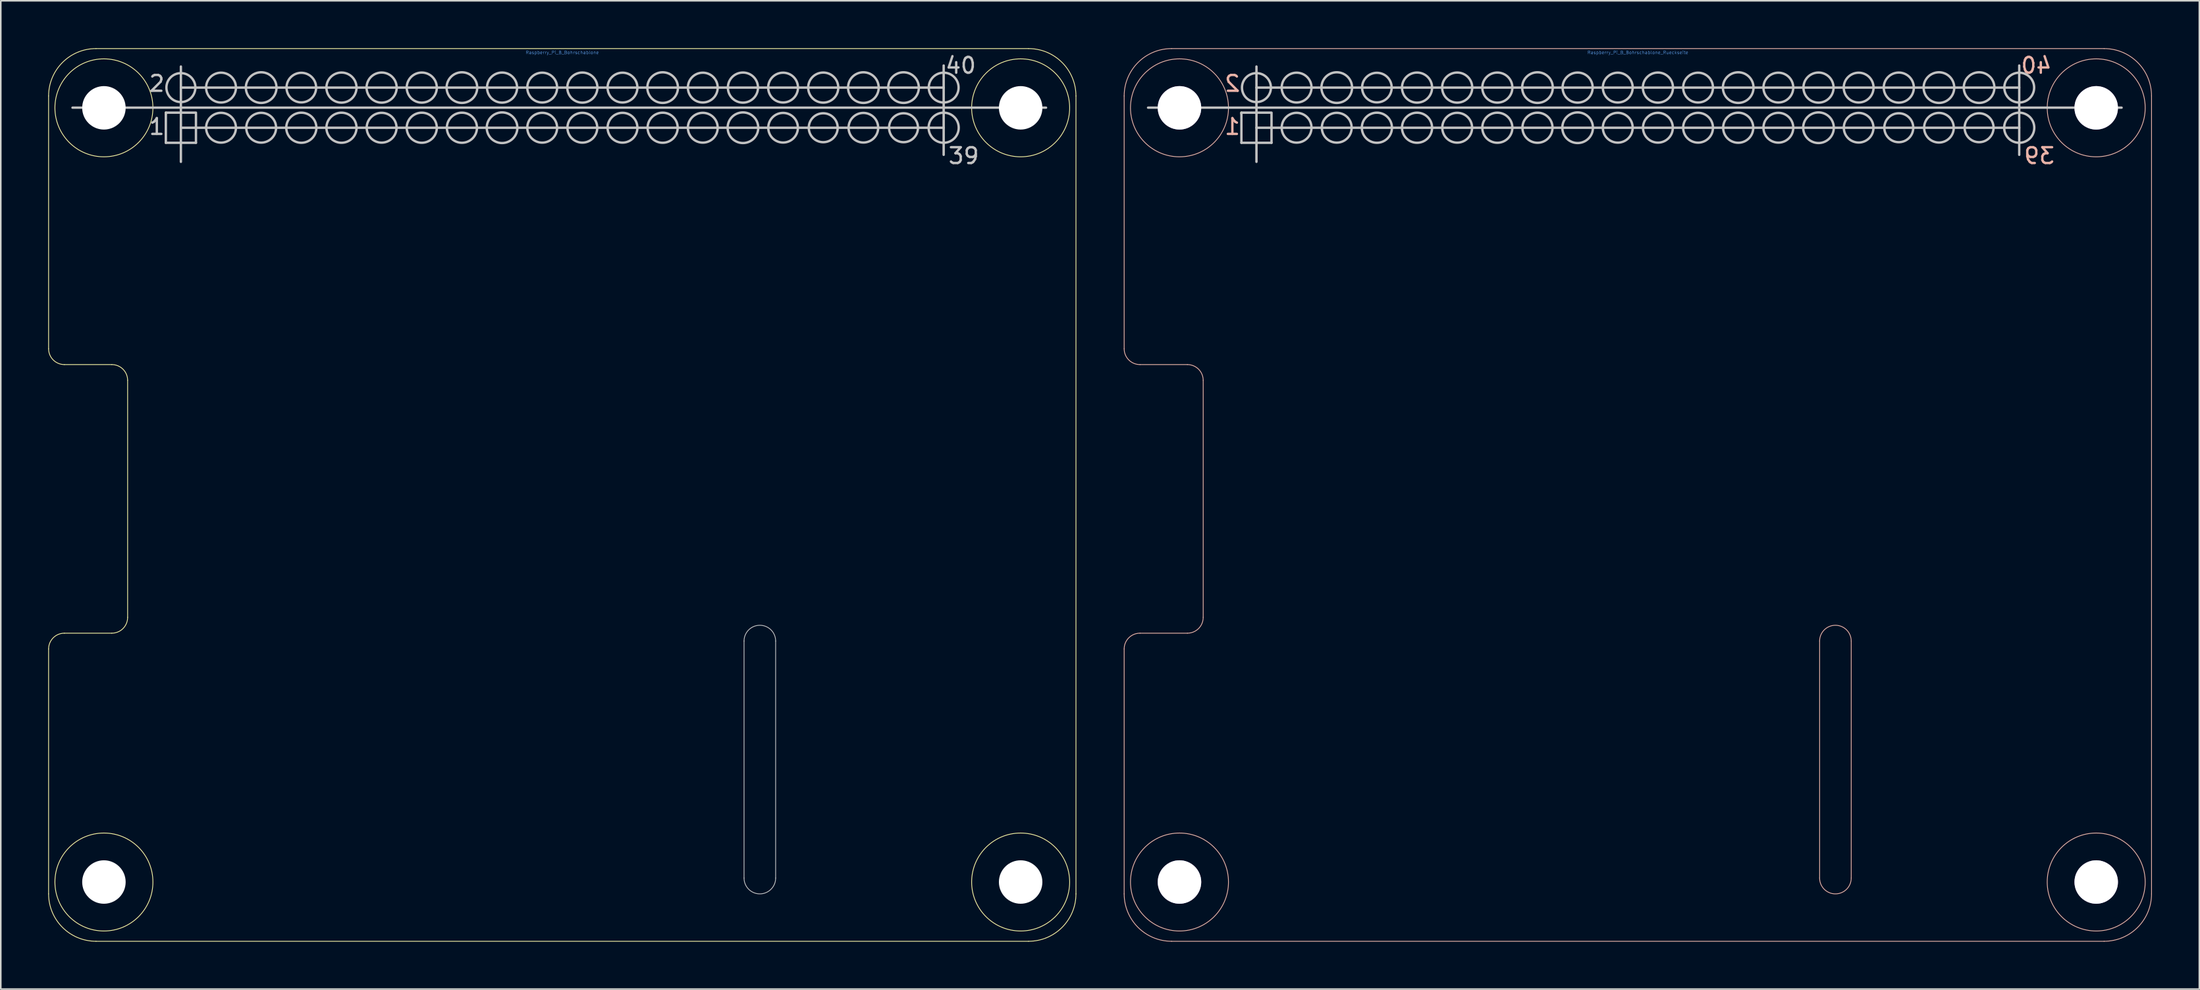
<source format=kicad_pcb>
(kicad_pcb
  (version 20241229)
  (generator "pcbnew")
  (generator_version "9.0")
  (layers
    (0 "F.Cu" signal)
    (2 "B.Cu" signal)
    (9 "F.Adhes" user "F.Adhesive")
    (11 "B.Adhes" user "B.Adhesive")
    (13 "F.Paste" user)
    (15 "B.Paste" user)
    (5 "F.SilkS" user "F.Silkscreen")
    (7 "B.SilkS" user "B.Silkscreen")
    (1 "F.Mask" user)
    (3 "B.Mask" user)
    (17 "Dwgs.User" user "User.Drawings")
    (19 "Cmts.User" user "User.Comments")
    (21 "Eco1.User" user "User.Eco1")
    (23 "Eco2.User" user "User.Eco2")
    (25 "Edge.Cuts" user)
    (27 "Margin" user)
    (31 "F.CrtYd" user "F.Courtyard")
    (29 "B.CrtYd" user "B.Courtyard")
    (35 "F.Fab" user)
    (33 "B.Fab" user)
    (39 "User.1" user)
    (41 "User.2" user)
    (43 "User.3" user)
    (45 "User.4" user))
  (footprint "Raspberry_Pi_B_Bohrschablone"
    (layer "F.Cu")
    (at 32.525 28.275)
    (property "Reference" "Raspberry_Pi_B_Bohrschablone" (at 0 -28 0) (layer "Cmts.User") (effects (font (size 0.2 0.2) (thickness 0.02))))
    (attr through_hole)
    (fp_line (start -32.5 -25.25) (end -32.5 -9.25) (stroke (width 0.05) (type solid)) (layer "F.SilkS"))
    (fp_line (start -32.5 9.75) (end -32.5 25.25) (stroke (width 0.05) (type solid)) (layer "F.SilkS"))
    (fp_line (start -31.5 -8.25) (end -28.5 -8.25) (stroke (width 0.05) (type solid)) (layer "F.SilkS"))
    (fp_line (start -31.5 8.75) (end -28.5 8.75) (stroke (width 0.05) (type solid)) (layer "F.SilkS"))
    (fp_line (start -29.5 -28.25) (end 29.5 -28.25) (stroke (width 0.05) (type solid)) (layer "F.SilkS"))
    (fp_line (start -29.5 28.25) (end 29.5 28.25) (stroke (width 0.05) (type solid)) (layer "F.SilkS"))
    (fp_line (start -27.5 -7.25) (end -27.5 7.75) (stroke (width 0.05) (type solid)) (layer "F.SilkS"))
    (fp_line (start -25.082 -24.13) (end -25.082 -24.194) (stroke (width 0.15) (type solid)) (layer "F.SilkS"))
    (fp_line (start 32.5 -25.25) (end 32.5 25.25) (stroke (width 0.05) (type solid)) (layer "F.SilkS"))
    (fp_arc (start -32.5 -25.25) (mid -31.62132 -27.37132) (end -29.5 -28.25) (stroke (width 0.05) (type solid)) (layer "F.SilkS"))
    (fp_arc (start -32.5 9.75) (mid -32.207107 9.042893) (end -31.5 8.75) (stroke (width 0.05) (type solid)) (layer "F.SilkS"))
    (fp_arc (start -31.5 -8.25) (mid -32.207107 -8.542893) (end -32.5 -9.25) (stroke (width 0.05) (type solid)) (layer "F.SilkS"))
    (fp_arc (start -29.5 28.25) (mid -31.62132 27.37132) (end -32.5 25.25) (stroke (width 0.05) (type solid)) (layer "F.SilkS"))
    (fp_arc (start -28.5 -8.25) (mid -27.792893 -7.957107) (end -27.5 -7.25) (stroke (width 0.05) (type solid)) (layer "F.SilkS"))
    (fp_arc (start -27.5 7.75) (mid -27.792893 8.457107) (end -28.5 8.75) (stroke (width 0.05) (type solid)) (layer "F.SilkS"))
    (fp_arc (start 29.5 -28.25) (mid 31.62132 -27.37132) (end 32.5 -25.25) (stroke (width 0.05) (type solid)) (layer "F.SilkS"))
    (fp_arc (start 32.5 25.25) (mid 31.62132 27.37132) (end 29.5 28.25) (stroke (width 0.05) (type solid)) (layer "F.SilkS"))
    (fp_circle (center -29 -24.5) (end -32.1 -24.5) (stroke (width 0.05) (type solid)) (fill no) (layer "F.SilkS"))
    (fp_circle (center -29 24.5) (end -32.1 24.5) (stroke (width 0.05) (type solid)) (fill no) (layer "F.SilkS"))
    (fp_circle (center 29 -24.5) (end 25.9 -24.5) (stroke (width 0.05) (type solid)) (fill no) (layer "F.SilkS"))
    (fp_circle (center 29 24.5) (end 25.9 24.5) (stroke (width 0.05) (type solid)) (fill no) (layer "F.SilkS"))
    (fp_line (start -30.988 -24.511) (end 30.607 -24.511) (stroke (width 0.15) (type solid)) (layer "Dwgs.User"))
    (fp_line (start -25.082 -24.194) (end -23.177 -24.194) (stroke (width 0.15) (type solid)) (layer "Dwgs.User"))
    (fp_line (start -25.082 -22.288) (end -25.082 -24.13) (stroke (width 0.15) (type solid)) (layer "Dwgs.User"))
    (fp_line (start -24.13 -27.114) (end -24.13 -21.082) (stroke (width 0.15) (type solid)) (layer "Dwgs.User"))
    (fp_line (start -24.13 -23.241) (end 24.13 -23.241) (stroke (width 0.15) (type solid)) (layer "Dwgs.User"))
    (fp_line (start -23.177 -24.13) (end -23.177 -22.288) (stroke (width 0.15) (type solid)) (layer "Dwgs.User"))
    (fp_line (start -23.177 -22.288) (end -25.082 -22.288) (stroke (width 0.15) (type solid)) (layer "Dwgs.User"))
    (fp_line (start 11.5 9.25) (end 11.5 24.25) (stroke (width 0.05) (type solid)) (layer "Dwgs.User"))
    (fp_line (start 13.5 9.25) (end 13.5 24.25) (stroke (width 0.05) (type solid)) (layer "Dwgs.User"))
    (fp_line (start 24.13 -25.781) (end -24.13 -25.781) (stroke (width 0.15) (type solid)) (layer "Dwgs.User"))
    (fp_line (start 24.13 -21.526) (end 24.13 -27.178) (stroke (width 0.15) (type solid)) (layer "Dwgs.User"))
    (fp_arc (start 11.5 9.25) (mid 12.5 8.25) (end 13.5 9.25) (stroke (width 0.05) (type solid)) (layer "Dwgs.User"))
    (fp_arc (start 13.5 24.25) (mid 12.5 25.25) (end 11.5 24.25) (stroke (width 0.05) (type solid)) (layer "Dwgs.User"))
    (fp_circle (center -24.13 -25.781) (end -23.368 -25.273) (stroke (width 0.15) (type solid)) (fill no) (layer "Dwgs.User"))
    (fp_circle (center -21.59 -25.781) (end -20.955 -25.082) (stroke (width 0.15) (type solid)) (fill no) (layer "Dwgs.User"))
    (fp_circle (center -21.59 -23.241) (end -20.892 -22.606) (stroke (width 0.15) (type solid)) (fill no) (layer "Dwgs.User"))
    (fp_circle (center -19.05 -25.781) (end -18.224 -25.273) (stroke (width 0.15) (type solid)) (fill no) (layer "Dwgs.User"))
    (fp_circle (center -19.05 -23.241) (end -18.415 -22.543) (stroke (width 0.15) (type solid)) (fill no) (layer "Dwgs.User"))
    (fp_circle (center -16.51 -25.781) (end -16.066 -24.956) (stroke (width 0.15) (type solid)) (fill no) (layer "Dwgs.User"))
    (fp_circle (center -16.51 -23.241) (end -15.938 -22.479) (stroke (width 0.15) (type solid)) (fill no) (layer "Dwgs.User"))
    (fp_circle (center -13.97 -25.781) (end -13.399 -25.019) (stroke (width 0.15) (type solid)) (fill no) (layer "Dwgs.User"))
    (fp_circle (center -13.97 -23.241) (end -13.399 -22.479) (stroke (width 0.15) (type solid)) (fill no) (layer "Dwgs.User"))
    (fp_circle (center -11.43 -25.781) (end -10.668 -25.209) (stroke (width 0.15) (type solid)) (fill no) (layer "Dwgs.User"))
    (fp_circle (center -11.43 -23.241) (end -12.129 -22.606) (stroke (width 0.15) (type solid)) (fill no) (layer "Dwgs.User"))
    (fp_circle (center -8.89 -25.781) (end -8.319 -25.019) (stroke (width 0.15) (type solid)) (fill no) (layer "Dwgs.User"))
    (fp_circle (center -8.89 -23.241) (end -8.319 -22.479) (stroke (width 0.15) (type solid)) (fill no) (layer "Dwgs.User"))
    (fp_circle (center -6.35 -25.781) (end -5.842 -24.956) (stroke (width 0.15) (type solid)) (fill no) (layer "Dwgs.User"))
    (fp_circle (center -6.35 -23.241) (end -7.112 -22.669) (stroke (width 0.15) (type solid)) (fill no) (layer "Dwgs.User"))
    (fp_circle (center -3.81 -25.781) (end -3.239 -25.019) (stroke (width 0.15) (type solid)) (fill no) (layer "Dwgs.User"))
    (fp_circle (center -3.81 -23.241) (end -3.302 -22.416) (stroke (width 0.15) (type solid)) (fill no) (layer "Dwgs.User"))
    (fp_circle (center -1.27 -25.781) (end -0.635 -25.082) (stroke (width 0.15) (type solid)) (fill no) (layer "Dwgs.User"))
    (fp_circle (center -1.27 -23.241) (end -0.953 -22.352) (stroke (width 0.15) (type solid)) (fill no) (layer "Dwgs.User"))
    (fp_circle (center 1.27 -25.781) (end 2.032 -25.209) (stroke (width 0.15) (type solid)) (fill no) (layer "Dwgs.User"))
    (fp_circle (center 1.27 -23.241) (end 1.905 -22.543) (stroke (width 0.15) (type solid)) (fill no) (layer "Dwgs.User"))
    (fp_circle (center 3.81 -25.781) (end 4.508 -25.146) (stroke (width 0.15) (type solid)) (fill no) (layer "Dwgs.User"))
    (fp_circle (center 3.81 -23.241) (end 4.508 -22.606) (stroke (width 0.15) (type solid)) (fill no) (layer "Dwgs.User"))
    (fp_circle (center 6.35 -25.781) (end 6.858 -24.956) (stroke (width 0.15) (type solid)) (fill no) (layer "Dwgs.User"))
    (fp_circle (center 6.35 -23.241) (end 6.921 -22.479) (stroke (width 0.15) (type solid)) (fill no) (layer "Dwgs.User"))
    (fp_circle (center 8.89 -25.781) (end 9.588 -25.146) (stroke (width 0.15) (type solid)) (fill no) (layer "Dwgs.User"))
    (fp_circle (center 8.89 -23.241) (end 9.207 -22.352) (stroke (width 0.15) (type solid)) (fill no) (layer "Dwgs.User"))
    (fp_circle (center 11.43 -25.781) (end 12.192 -25.209) (stroke (width 0.15) (type solid)) (fill no) (layer "Dwgs.User"))
    (fp_circle (center 11.43 -23.241) (end 11.938 -22.416) (stroke (width 0.15) (type solid)) (fill no) (layer "Dwgs.User"))
    (fp_circle (center 13.97 -25.781) (end 14.668 -25.146) (stroke (width 0.15) (type solid)) (fill no) (layer "Dwgs.User"))
    (fp_circle (center 13.97 -23.241) (end 14.796 -22.797) (stroke (width 0.15) (type solid)) (fill no) (layer "Dwgs.User"))
    (fp_circle (center 16.51 -25.781) (end 17.081 -25.019) (stroke (width 0.15) (type solid)) (fill no) (layer "Dwgs.User"))
    (fp_circle (center 16.51 -23.241) (end 17.272 -22.733) (stroke (width 0.15) (type solid)) (fill no) (layer "Dwgs.User"))
    (fp_circle (center 19.05 -25.781) (end 19.875 -25.273) (stroke (width 0.15) (type solid)) (fill no) (layer "Dwgs.User"))
    (fp_circle (center 19.05 -23.241) (end 19.875 -22.797) (stroke (width 0.15) (type solid)) (fill no) (layer "Dwgs.User"))
    (fp_circle (center 21.59 -25.781) (end 22.098 -24.956) (stroke (width 0.15) (type solid)) (fill no) (layer "Dwgs.User"))
    (fp_circle (center 21.59 -23.241) (end 22.352 -22.733) (stroke (width 0.15) (type solid)) (fill no) (layer "Dwgs.User"))
    (fp_circle (center 24.13 -25.781) (end 24.828 -25.146) (stroke (width 0.15) (type solid)) (fill no) (layer "Dwgs.User"))
    (fp_circle (center 24.13 -23.241) (end 24.701 -22.479) (stroke (width 0.15) (type solid)) (fill no) (layer "Dwgs.User"))
    (fp_text user "2" (at -25.654 -26.035 0) (layer "Dwgs.User") (effects (font (size 1 1) (thickness 0.15))))
    (fp_text user "1" (at -25.654 -23.305 0) (layer "Dwgs.User") (effects (font (size 1 1) (thickness 0.15))))
    (fp_text user "40" (at 25.209 -27.178 0) (layer "Dwgs.User") (effects (font (size 1 1) (thickness 0.15))))
    (fp_text user "39" (at 25.4 -21.463 0) (layer "Dwgs.User") (effects (font (size 1 1) (thickness 0.15))))
    (pad "" np_thru_hole circle (at -29 -24.5) (size 2.75 2.75) (drill 2.75) (layers "*.Cu" "*.Mask"))
    (pad "" np_thru_hole circle (at -29 24.5) (size 2.75 2.75) (drill 2.75) (layers "*.Cu" "*.Mask"))
    (pad "" np_thru_hole circle (at 29 -24.5) (size 2.75 2.75) (drill 2.75) (layers "*.Cu" "*.Mask"))
    (pad "" np_thru_hole circle (at 29 24.5) (size 2.75 2.75) (drill 2.75) (layers "*.Cu" "*.Mask")))
  (footprint "Raspberry_Pi_B_Bohrschablone_Rueckseite"
    (layer "F.Cu")
    (at 100.575 28.275)
    (property "Reference" "Raspberry_Pi_B_Bohrschablone_Rueckseite" (at 0 -28 0) (layer "Cmts.User") (effects (font (size 0.2 0.2) (thickness 0.02))))
    (fp_line (start -25.082 -24.13) (end -25.082 -24.194) (stroke (width 0.15) (type solid)) (layer "F.SilkS"))
    (fp_line (start -32.5 -25.25) (end -32.5 -9.25) (stroke (width 0.05) (type solid)) (layer "B.SilkS"))
    (fp_line (start -32.5 9.75) (end -32.5 25.25) (stroke (width 0.05) (type solid)) (layer "B.SilkS"))
    (fp_line (start -31.5 -8.25) (end -28.5 -8.25) (stroke (width 0.05) (type solid)) (layer "B.SilkS"))
    (fp_line (start -31.5 8.75) (end -28.5 8.75) (stroke (width 0.05) (type solid)) (layer "B.SilkS"))
    (fp_line (start -29.5 -28.25) (end 29.5 -28.25) (stroke (width 0.05) (type solid)) (layer "B.SilkS"))
    (fp_line (start -29.5 28.25) (end 29.5 28.25) (stroke (width 0.05) (type solid)) (layer "B.SilkS"))
    (fp_line (start -27.5 -7.25) (end -27.5 7.75) (stroke (width 0.05) (type solid)) (layer "B.SilkS"))
    (fp_line (start 11.5 9.25) (end 11.5 24.25) (stroke (width 0.05) (type solid)) (layer "B.SilkS"))
    (fp_line (start 13.5 9.25) (end 13.5 24.25) (stroke (width 0.05) (type solid)) (layer "B.SilkS"))
    (fp_line (start 32.5 -25.25) (end 32.5 25.25) (stroke (width 0.05) (type solid)) (layer "B.SilkS"))
    (fp_arc (start -32.5 -25.25) (mid -31.62132 -27.37132) (end -29.5 -28.25) (stroke (width 0.05) (type solid)) (layer "B.SilkS"))
    (fp_arc (start -32.5 9.75) (mid -32.207107 9.042893) (end -31.5 8.75) (stroke (width 0.05) (type solid)) (layer "B.SilkS"))
    (fp_arc (start -31.5 -8.25) (mid -32.207107 -8.542893) (end -32.5 -9.25) (stroke (width 0.05) (type solid)) (layer "B.SilkS"))
    (fp_arc (start -29.5 28.25) (mid -31.62132 27.37132) (end -32.5 25.25) (stroke (width 0.05) (type solid)) (layer "B.SilkS"))
    (fp_arc (start -28.5 -8.25) (mid -27.792893 -7.957107) (end -27.5 -7.25) (stroke (width 0.05) (type solid)) (layer "B.SilkS"))
    (fp_arc (start -27.5 7.75) (mid -27.792893 8.457107) (end -28.5 8.75) (stroke (width 0.05) (type solid)) (layer "B.SilkS"))
    (fp_arc (start 11.5 9.25) (mid 12.5 8.25) (end 13.5 9.25) (stroke (width 0.05) (type solid)) (layer "B.SilkS"))
    (fp_arc (start 13.5 24.25) (mid 12.5 25.25) (end 11.5 24.25) (stroke (width 0.05) (type solid)) (layer "B.SilkS"))
    (fp_arc (start 29.5 -28.25) (mid 31.62132 -27.37132) (end 32.5 -25.25) (stroke (width 0.05) (type solid)) (layer "B.SilkS"))
    (fp_arc (start 32.5 25.25) (mid 31.62132 27.37132) (end 29.5 28.25) (stroke (width 0.05) (type solid)) (layer "B.SilkS"))
    (fp_circle (center -29 -24.5) (end -32.1 -24.5) (stroke (width 0.05) (type solid)) (fill no) (layer "B.SilkS"))
    (fp_circle (center -29 24.5) (end -32.1 24.5) (stroke (width 0.05) (type solid)) (fill no) (layer "B.SilkS"))
    (fp_circle (center 29 -24.5) (end 25.9 -24.5) (stroke (width 0.05) (type solid)) (fill no) (layer "B.SilkS"))
    (fp_circle (center 29 24.5) (end 25.9 24.5) (stroke (width 0.05) (type solid)) (fill no) (layer "B.SilkS"))
    (fp_line (start -30.988 -24.511) (end 30.607 -24.511) (stroke (width 0.15) (type solid)) (layer "Dwgs.User"))
    (fp_line (start -25.082 -24.194) (end -23.177 -24.194) (stroke (width 0.15) (type solid)) (layer "Dwgs.User"))
    (fp_line (start -25.082 -22.288) (end -25.082 -24.13) (stroke (width 0.15) (type solid)) (layer "Dwgs.User"))
    (fp_line (start -24.13 -27.114) (end -24.13 -21.082) (stroke (width 0.15) (type solid)) (layer "Dwgs.User"))
    (fp_line (start -24.13 -23.241) (end 24.13 -23.241) (stroke (width 0.15) (type solid)) (layer "Dwgs.User"))
    (fp_line (start -23.177 -24.13) (end -23.177 -22.288) (stroke (width 0.15) (type solid)) (layer "Dwgs.User"))
    (fp_line (start -23.177 -22.288) (end -25.082 -22.288) (stroke (width 0.15) (type solid)) (layer "Dwgs.User"))
    (fp_line (start 24.13 -25.781) (end -24.13 -25.781) (stroke (width 0.15) (type solid)) (layer "Dwgs.User"))
    (fp_line (start 24.13 -21.526) (end 24.13 -27.178) (stroke (width 0.15) (type solid)) (layer "Dwgs.User"))
    (fp_circle (center -24.13 -25.781) (end -23.368 -25.273) (stroke (width 0.15) (type solid)) (fill no) (layer "Dwgs.User"))
    (fp_circle (center -21.59 -25.781) (end -20.955 -25.082) (stroke (width 0.15) (type solid)) (fill no) (layer "Dwgs.User"))
    (fp_circle (center -21.59 -23.241) (end -20.892 -22.606) (stroke (width 0.15) (type solid)) (fill no) (layer "Dwgs.User"))
    (fp_circle (center -19.05 -25.781) (end -18.224 -25.273) (stroke (width 0.15) (type solid)) (fill no) (layer "Dwgs.User"))
    (fp_circle (center -19.05 -23.241) (end -18.415 -22.543) (stroke (width 0.15) (type solid)) (fill no) (layer "Dwgs.User"))
    (fp_circle (center -16.51 -25.781) (end -16.066 -24.956) (stroke (width 0.15) (type solid)) (fill no) (layer "Dwgs.User"))
    (fp_circle (center -16.51 -23.241) (end -15.938 -22.479) (stroke (width 0.15) (type solid)) (fill no) (layer "Dwgs.User"))
    (fp_circle (center -13.97 -25.781) (end -13.399 -25.019) (stroke (width 0.15) (type solid)) (fill no) (layer "Dwgs.User"))
    (fp_circle (center -13.97 -23.241) (end -13.399 -22.479) (stroke (width 0.15) (type solid)) (fill no) (layer "Dwgs.User"))
    (fp_circle (center -11.43 -25.781) (end -10.668 -25.209) (stroke (width 0.15) (type solid)) (fill no) (layer "Dwgs.User"))
    (fp_circle (center -11.43 -23.241) (end -12.129 -22.606) (stroke (width 0.15) (type solid)) (fill no) (layer "Dwgs.User"))
    (fp_circle (center -8.89 -25.781) (end -8.319 -25.019) (stroke (width 0.15) (type solid)) (fill no) (layer "Dwgs.User"))
    (fp_circle (center -8.89 -23.241) (end -8.319 -22.479) (stroke (width 0.15) (type solid)) (fill no) (layer "Dwgs.User"))
    (fp_circle (center -6.35 -25.781) (end -5.842 -24.956) (stroke (width 0.15) (type solid)) (fill no) (layer "Dwgs.User"))
    (fp_circle (center -6.35 -23.241) (end -7.112 -22.669) (stroke (width 0.15) (type solid)) (fill no) (layer "Dwgs.User"))
    (fp_circle (center -3.81 -25.781) (end -3.239 -25.019) (stroke (width 0.15) (type solid)) (fill no) (layer "Dwgs.User"))
    (fp_circle (center -3.81 -23.241) (end -3.302 -22.416) (stroke (width 0.15) (type solid)) (fill no) (layer "Dwgs.User"))
    (fp_circle (center -1.27 -25.781) (end -0.635 -25.082) (stroke (width 0.15) (type solid)) (fill no) (layer "Dwgs.User"))
    (fp_circle (center -1.27 -23.241) (end -0.953 -22.352) (stroke (width 0.15) (type solid)) (fill no) (layer "Dwgs.User"))
    (fp_circle (center 1.27 -25.781) (end 2.032 -25.209) (stroke (width 0.15) (type solid)) (fill no) (layer "Dwgs.User"))
    (fp_circle (center 1.27 -23.241) (end 1.905 -22.543) (stroke (width 0.15) (type solid)) (fill no) (layer "Dwgs.User"))
    (fp_circle (center 3.81 -25.781) (end 4.508 -25.146) (stroke (width 0.15) (type solid)) (fill no) (layer "Dwgs.User"))
    (fp_circle (center 3.81 -23.241) (end 4.508 -22.606) (stroke (width 0.15) (type solid)) (fill no) (layer "Dwgs.User"))
    (fp_circle (center 6.35 -25.781) (end 6.858 -24.956) (stroke (width 0.15) (type solid)) (fill no) (layer "Dwgs.User"))
    (fp_circle (center 6.35 -23.241) (end 6.921 -22.479) (stroke (width 0.15) (type solid)) (fill no) (layer "Dwgs.User"))
    (fp_circle (center 8.89 -25.781) (end 9.588 -25.146) (stroke (width 0.15) (type solid)) (fill no) (layer "Dwgs.User"))
    (fp_circle (center 8.89 -23.241) (end 9.207 -22.352) (stroke (width 0.15) (type solid)) (fill no) (layer "Dwgs.User"))
    (fp_circle (center 11.43 -25.781) (end 12.192 -25.209) (stroke (width 0.15) (type solid)) (fill no) (layer "Dwgs.User"))
    (fp_circle (center 11.43 -23.241) (end 11.938 -22.416) (stroke (width 0.15) (type solid)) (fill no) (layer "Dwgs.User"))
    (fp_circle (center 13.97 -25.781) (end 14.668 -25.146) (stroke (width 0.15) (type solid)) (fill no) (layer "Dwgs.User"))
    (fp_circle (center 13.97 -23.241) (end 14.796 -22.797) (stroke (width 0.15) (type solid)) (fill no) (layer "Dwgs.User"))
    (fp_circle (center 16.51 -25.781) (end 17.081 -25.019) (stroke (width 0.15) (type solid)) (fill no) (layer "Dwgs.User"))
    (fp_circle (center 16.51 -23.241) (end 17.272 -22.733) (stroke (width 0.15) (type solid)) (fill no) (layer "Dwgs.User"))
    (fp_circle (center 19.05 -25.781) (end 19.875 -25.273) (stroke (width 0.15) (type solid)) (fill no) (layer "Dwgs.User"))
    (fp_circle (center 19.05 -23.241) (end 19.875 -22.797) (stroke (width 0.15) (type solid)) (fill no) (layer "Dwgs.User"))
    (fp_circle (center 21.59 -25.781) (end 22.098 -24.956) (stroke (width 0.15) (type solid)) (fill no) (layer "Dwgs.User"))
    (fp_circle (center 21.59 -23.241) (end 22.352 -22.733) (stroke (width 0.15) (type solid)) (fill no) (layer "Dwgs.User"))
    (fp_circle (center 24.13 -25.781) (end 24.828 -25.146) (stroke (width 0.15) (type solid)) (fill no) (layer "Dwgs.User"))
    (fp_circle (center 24.13 -23.241) (end 24.701 -22.479) (stroke (width 0.15) (type solid)) (fill no) (layer "Dwgs.User"))
    (fp_text user "40" (at 25.209 -27.178 0) (layer "B.SilkS") (effects (font (size 1 1) (thickness 0.15)) (justify mirror)))
    (fp_text user "2" (at -25.654 -26.035 0) (layer "B.SilkS") (effects (font (size 1 1) (thickness 0.15)) (justify mirror)))
    (fp_text user "1" (at -25.654 -23.305 0) (layer "B.SilkS") (effects (font (size 1 1) (thickness 0.15)) (justify mirror)))
    (fp_text user "39" (at 25.4 -21.463 0) (layer "B.SilkS") (effects (font (size 1 1) (thickness 0.15)) (justify mirror)))
    (pad "" thru_hole circle (at -29 -24.5) (size 2.75 2.75) (drill 2.75) (layers "*.Cu" "*.Mask"))
    (pad "" thru_hole circle (at -29 24.5) (size 2.75 2.75) (drill 2.75) (layers "*.Cu" "*.Mask"))
    (pad "" thru_hole circle (at 29 -24.5) (size 2.75 2.75) (drill 2.75) (layers "*.Cu" "*.Mask"))
    (pad "" thru_hole circle (at 29 24.5) (size 2.75 2.75) (drill 2.75) (layers "*.Cu" "*.Mask")))
  (gr_rect
    (start -3 -3)
    (end 136.1 59.55)
    (stroke (width 0.1) (type default))
    (fill no)
    (layer "Edge.Cuts")))
</source>
